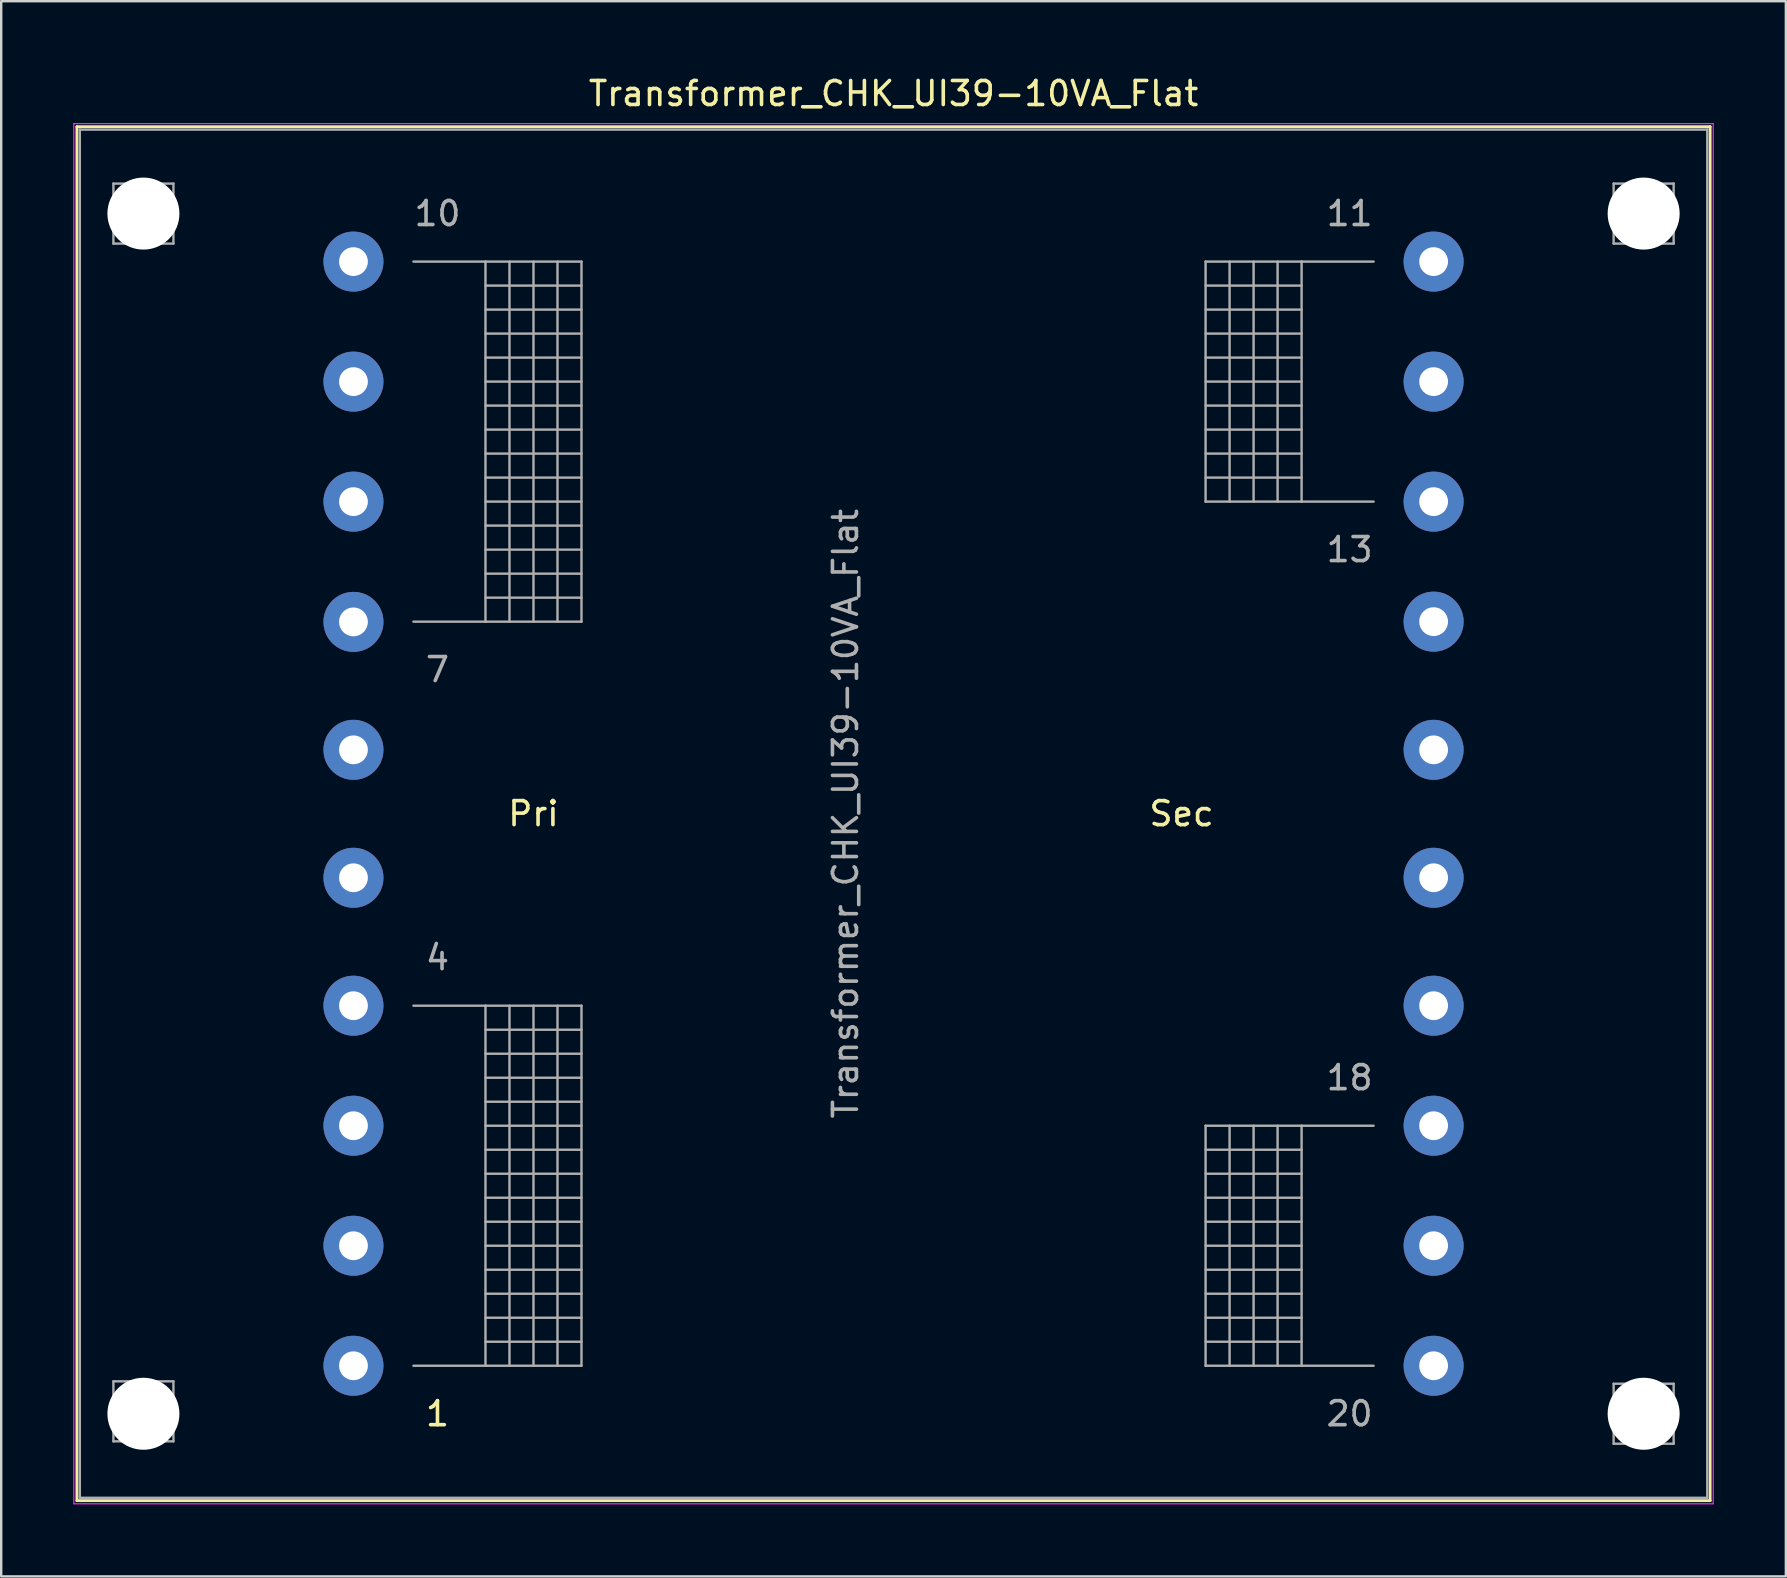
<source format=kicad_pcb>
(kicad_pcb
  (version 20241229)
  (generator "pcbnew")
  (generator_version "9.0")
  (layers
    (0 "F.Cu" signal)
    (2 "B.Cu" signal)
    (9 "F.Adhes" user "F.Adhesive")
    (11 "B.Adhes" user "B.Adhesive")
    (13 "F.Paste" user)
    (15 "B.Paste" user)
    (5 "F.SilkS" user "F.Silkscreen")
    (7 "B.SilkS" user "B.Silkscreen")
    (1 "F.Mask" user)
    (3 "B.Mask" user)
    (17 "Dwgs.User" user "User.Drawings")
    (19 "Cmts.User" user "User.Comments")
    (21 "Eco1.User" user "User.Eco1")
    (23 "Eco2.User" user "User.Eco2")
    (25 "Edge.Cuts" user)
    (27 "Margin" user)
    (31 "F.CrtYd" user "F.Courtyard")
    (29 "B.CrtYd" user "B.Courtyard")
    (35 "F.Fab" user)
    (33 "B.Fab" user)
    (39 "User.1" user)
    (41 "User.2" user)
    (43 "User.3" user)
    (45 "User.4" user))
  (footprint "Transformer_CHK_UI39-10VA_Flat"
    (layer "F.Cu")
    (at 11.675 53.848)
    (property "Reference" "Transformer_CHK_UI39-10VA_Flat" (at 22.5 -53 0) (layer "F.SilkS") (effects (font (size 1 1) (thickness 0.15))))
    (attr through_hole)
    (fp_line (start -11.52 -51.62) (end -11.52 5.62) (stroke (width 0.12) (type solid)) (layer "F.SilkS"))
    (fp_line (start -11.52 -51.62) (end 56.52 -51.62) (stroke (width 0.12) (type solid)) (layer "F.SilkS"))
    (fp_line (start 56.52 5.62) (end -11.52 5.62) (stroke (width 0.12) (type solid)) (layer "F.SilkS"))
    (fp_line (start 56.52 5.62) (end 56.52 -51.62) (stroke (width 0.12) (type solid)) (layer "F.SilkS"))
    (fp_line (start -11.65 -51.75) (end -11.65 5.75) (stroke (width 0.05) (type solid)) (layer "F.CrtYd"))
    (fp_line (start -11.65 -51.75) (end 56.65 -51.75) (stroke (width 0.05) (type solid)) (layer "F.CrtYd"))
    (fp_line (start 56.65 5.75) (end -11.65 5.75) (stroke (width 0.05) (type solid)) (layer "F.CrtYd"))
    (fp_line (start 56.65 5.75) (end 56.65 -51.75) (stroke (width 0.05) (type solid)) (layer "F.CrtYd"))
    (fp_line (start -11.4 -51.5) (end -11.4 5.5) (stroke (width 0.1) (type solid)) (layer "F.Fab"))
    (fp_line (start -11.4 5.5) (end 56.4 5.5) (stroke (width 0.1) (type solid)) (layer "F.Fab"))
    (fp_line (start -10 -49.25) (end -10 -46.75) (stroke (width 0.1) (type solid)) (layer "F.Fab"))
    (fp_line (start -10 -46.75) (end -7.5 -46.75) (stroke (width 0.1) (type solid)) (layer "F.Fab"))
    (fp_line (start -10 0.65) (end -10 3.15) (stroke (width 0.1) (type solid)) (layer "F.Fab"))
    (fp_line (start -10 3.15) (end -7.5 3.15) (stroke (width 0.1) (type solid)) (layer "F.Fab"))
    (fp_line (start -8.75 -49.25) (end -10 -49.25) (stroke (width 0.1) (type solid)) (layer "F.Fab"))
    (fp_line (start -8.75 0.65) (end -10 0.65) (stroke (width 0.1) (type solid)) (layer "F.Fab"))
    (fp_line (start -7.5 -49.25) (end -8.75 -49.25) (stroke (width 0.1) (type solid)) (layer "F.Fab"))
    (fp_line (start -7.5 -46.75) (end -7.5 -49.25) (stroke (width 0.1) (type solid)) (layer "F.Fab"))
    (fp_line (start -7.5 0.65) (end -8.75 0.65) (stroke (width 0.1) (type solid)) (layer "F.Fab"))
    (fp_line (start -7.5 3.15) (end -7.5 0.65) (stroke (width 0.1) (type solid)) (layer "F.Fab"))
    (fp_line (start 2.5 -46) (end 5.5 -46) (stroke (width 0.1) (type solid)) (layer "F.Fab"))
    (fp_line (start 2.5 -15) (end 5.5 -15) (stroke (width 0.1) (type solid)) (layer "F.Fab"))
    (fp_line (start 5.5 -46) (end 5.5 -31) (stroke (width 0.1) (type solid)) (layer "F.Fab"))
    (fp_line (start 5.5 -46) (end 9.5 -46) (stroke (width 0.1) (type solid)) (layer "F.Fab"))
    (fp_line (start 5.5 -45) (end 9.5 -45) (stroke (width 0.1) (type solid)) (layer "F.Fab"))
    (fp_line (start 5.5 -44) (end 9.5 -44) (stroke (width 0.1) (type solid)) (layer "F.Fab"))
    (fp_line (start 5.5 -43) (end 9.5 -43) (stroke (width 0.1) (type solid)) (layer "F.Fab"))
    (fp_line (start 5.5 -42) (end 9.5 -42) (stroke (width 0.1) (type solid)) (layer "F.Fab"))
    (fp_line (start 5.5 -41) (end 9.5 -41) (stroke (width 0.1) (type solid)) (layer "F.Fab"))
    (fp_line (start 5.5 -40) (end 9.5 -40) (stroke (width 0.1) (type solid)) (layer "F.Fab"))
    (fp_line (start 5.5 -39) (end 9.5 -39) (stroke (width 0.1) (type solid)) (layer "F.Fab"))
    (fp_line (start 5.5 -38) (end 9.5 -38) (stroke (width 0.1) (type solid)) (layer "F.Fab"))
    (fp_line (start 5.5 -37) (end 9.5 -37) (stroke (width 0.1) (type solid)) (layer "F.Fab"))
    (fp_line (start 5.5 -36) (end 9.5 -36) (stroke (width 0.1) (type solid)) (layer "F.Fab"))
    (fp_line (start 5.5 -35) (end 9.5 -35) (stroke (width 0.1) (type solid)) (layer "F.Fab"))
    (fp_line (start 5.5 -34) (end 9.5 -34) (stroke (width 0.1) (type solid)) (layer "F.Fab"))
    (fp_line (start 5.5 -33) (end 9.5 -33) (stroke (width 0.1) (type solid)) (layer "F.Fab"))
    (fp_line (start 5.5 -32) (end 9.5 -32) (stroke (width 0.1) (type solid)) (layer "F.Fab"))
    (fp_line (start 5.5 -31) (end 2.5 -31) (stroke (width 0.1) (type solid)) (layer "F.Fab"))
    (fp_line (start 5.5 -15) (end 5.5 0) (stroke (width 0.1) (type solid)) (layer "F.Fab"))
    (fp_line (start 5.5 -15) (end 9.5 -15) (stroke (width 0.1) (type solid)) (layer "F.Fab"))
    (fp_line (start 5.5 -14) (end 9.5 -14) (stroke (width 0.1) (type solid)) (layer "F.Fab"))
    (fp_line (start 5.5 -13) (end 9.5 -13) (stroke (width 0.1) (type solid)) (layer "F.Fab"))
    (fp_line (start 5.5 -12) (end 9.5 -12) (stroke (width 0.1) (type solid)) (layer "F.Fab"))
    (fp_line (start 5.5 -11) (end 9.5 -11) (stroke (width 0.1) (type solid)) (layer "F.Fab"))
    (fp_line (start 5.5 -10) (end 9.5 -10) (stroke (width 0.1) (type solid)) (layer "F.Fab"))
    (fp_line (start 5.5 -9) (end 9.5 -9) (stroke (width 0.1) (type solid)) (layer "F.Fab"))
    (fp_line (start 5.5 -8) (end 9.5 -8) (stroke (width 0.1) (type solid)) (layer "F.Fab"))
    (fp_line (start 5.5 -7) (end 9.5 -7) (stroke (width 0.1) (type solid)) (layer "F.Fab"))
    (fp_line (start 5.5 -6) (end 9.5 -6) (stroke (width 0.1) (type solid)) (layer "F.Fab"))
    (fp_line (start 5.5 -5) (end 9.5 -5) (stroke (width 0.1) (type solid)) (layer "F.Fab"))
    (fp_line (start 5.5 -4) (end 9.5 -4) (stroke (width 0.1) (type solid)) (layer "F.Fab"))
    (fp_line (start 5.5 -3) (end 9.5 -3) (stroke (width 0.1) (type solid)) (layer "F.Fab"))
    (fp_line (start 5.5 -2) (end 9.5 -2) (stroke (width 0.1) (type solid)) (layer "F.Fab"))
    (fp_line (start 5.5 -1) (end 9.5 -1) (stroke (width 0.1) (type solid)) (layer "F.Fab"))
    (fp_line (start 5.5 0) (end 2.5 0) (stroke (width 0.1) (type solid)) (layer "F.Fab"))
    (fp_line (start 6.5 -46) (end 6.5 -31) (stroke (width 0.1) (type solid)) (layer "F.Fab"))
    (fp_line (start 6.5 -15) (end 6.5 0) (stroke (width 0.1) (type solid)) (layer "F.Fab"))
    (fp_line (start 7.5 -31) (end 7.5 -46) (stroke (width 0.1) (type solid)) (layer "F.Fab"))
    (fp_line (start 7.5 0) (end 7.5 -15) (stroke (width 0.1) (type solid)) (layer "F.Fab"))
    (fp_line (start 8.5 -46) (end 8.5 -31) (stroke (width 0.1) (type solid)) (layer "F.Fab"))
    (fp_line (start 8.5 -15) (end 8.5 0) (stroke (width 0.1) (type solid)) (layer "F.Fab"))
    (fp_line (start 9.5 -46) (end 9.5 -31) (stroke (width 0.1) (type solid)) (layer "F.Fab"))
    (fp_line (start 9.5 -31) (end 5.5 -31) (stroke (width 0.1) (type solid)) (layer "F.Fab"))
    (fp_line (start 9.5 -15) (end 9.5 0) (stroke (width 0.1) (type solid)) (layer "F.Fab"))
    (fp_line (start 9.5 0) (end 5.5 0) (stroke (width 0.1) (type solid)) (layer "F.Fab"))
    (fp_line (start 35.5 -46) (end 35.5 -36) (stroke (width 0.1) (type solid)) (layer "F.Fab"))
    (fp_line (start 35.5 -45) (end 39.5 -45) (stroke (width 0.1) (type solid)) (layer "F.Fab"))
    (fp_line (start 35.5 -44) (end 39.5 -44) (stroke (width 0.1) (type solid)) (layer "F.Fab"))
    (fp_line (start 35.5 -43) (end 39.5 -43) (stroke (width 0.1) (type solid)) (layer "F.Fab"))
    (fp_line (start 35.5 -42) (end 39.5 -42) (stroke (width 0.1) (type solid)) (layer "F.Fab"))
    (fp_line (start 35.5 -41) (end 39.5 -41) (stroke (width 0.1) (type solid)) (layer "F.Fab"))
    (fp_line (start 35.5 -40) (end 39.5 -40) (stroke (width 0.1) (type solid)) (layer "F.Fab"))
    (fp_line (start 35.5 -39) (end 39.5 -39) (stroke (width 0.1) (type solid)) (layer "F.Fab"))
    (fp_line (start 35.5 -38) (end 39.5 -38) (stroke (width 0.1) (type solid)) (layer "F.Fab"))
    (fp_line (start 35.5 -37) (end 39.5 -37) (stroke (width 0.1) (type solid)) (layer "F.Fab"))
    (fp_line (start 35.5 -36) (end 39.5 -36) (stroke (width 0.1) (type solid)) (layer "F.Fab"))
    (fp_line (start 35.5 -10) (end 35.5 0) (stroke (width 0.1) (type solid)) (layer "F.Fab"))
    (fp_line (start 35.5 -9) (end 39.5 -9) (stroke (width 0.1) (type solid)) (layer "F.Fab"))
    (fp_line (start 35.5 -8) (end 39.5 -8) (stroke (width 0.1) (type solid)) (layer "F.Fab"))
    (fp_line (start 35.5 -7) (end 39.5 -7) (stroke (width 0.1) (type solid)) (layer "F.Fab"))
    (fp_line (start 35.5 -6) (end 39.5 -6) (stroke (width 0.1) (type solid)) (layer "F.Fab"))
    (fp_line (start 35.5 -5) (end 39.5 -5) (stroke (width 0.1) (type solid)) (layer "F.Fab"))
    (fp_line (start 35.5 -4) (end 39.5 -4) (stroke (width 0.1) (type solid)) (layer "F.Fab"))
    (fp_line (start 35.5 -3) (end 39.5 -3) (stroke (width 0.1) (type solid)) (layer "F.Fab"))
    (fp_line (start 35.5 -2) (end 39.5 -2) (stroke (width 0.1) (type solid)) (layer "F.Fab"))
    (fp_line (start 35.5 -1) (end 39.5 -1) (stroke (width 0.1) (type solid)) (layer "F.Fab"))
    (fp_line (start 35.5 0) (end 39.5 0) (stroke (width 0.1) (type solid)) (layer "F.Fab"))
    (fp_line (start 36.5 -46) (end 36.5 -36) (stroke (width 0.1) (type solid)) (layer "F.Fab"))
    (fp_line (start 36.5 -10) (end 36.5 0) (stroke (width 0.1) (type solid)) (layer "F.Fab"))
    (fp_line (start 37.5 -36) (end 37.5 -46) (stroke (width 0.1) (type solid)) (layer "F.Fab"))
    (fp_line (start 37.5 0) (end 37.5 -10) (stroke (width 0.1) (type solid)) (layer "F.Fab"))
    (fp_line (start 38.5 -46) (end 38.5 -36) (stroke (width 0.1) (type solid)) (layer "F.Fab"))
    (fp_line (start 38.5 -10) (end 38.5 0) (stroke (width 0.1) (type solid)) (layer "F.Fab"))
    (fp_line (start 39.5 -46) (end 35.5 -46) (stroke (width 0.1) (type solid)) (layer "F.Fab"))
    (fp_line (start 39.5 -46) (end 39.5 -36) (stroke (width 0.1) (type solid)) (layer "F.Fab"))
    (fp_line (start 39.5 -36) (end 42.5 -36) (stroke (width 0.1) (type solid)) (layer "F.Fab"))
    (fp_line (start 39.5 -10) (end 35.5 -10) (stroke (width 0.1) (type solid)) (layer "F.Fab"))
    (fp_line (start 39.5 -10) (end 39.5 0) (stroke (width 0.1) (type solid)) (layer "F.Fab"))
    (fp_line (start 39.5 0) (end 42.5 0) (stroke (width 0.1) (type solid)) (layer "F.Fab"))
    (fp_line (start 42.5 -46) (end 39.5 -46) (stroke (width 0.1) (type solid)) (layer "F.Fab"))
    (fp_line (start 42.5 -10) (end 39.5 -10) (stroke (width 0.1) (type solid)) (layer "F.Fab"))
    (fp_line (start 52.5 -49.25) (end 52.5 -46.75) (stroke (width 0.1) (type solid)) (layer "F.Fab"))
    (fp_line (start 52.5 -46.75) (end 55 -46.75) (stroke (width 0.1) (type solid)) (layer "F.Fab"))
    (fp_line (start 52.5 0.75) (end 52.5 3.25) (stroke (width 0.1) (type solid)) (layer "F.Fab"))
    (fp_line (start 52.5 3.25) (end 55 3.25) (stroke (width 0.1) (type solid)) (layer "F.Fab"))
    (fp_line (start 53.75 -49.25) (end 52.5 -49.25) (stroke (width 0.1) (type solid)) (layer "F.Fab"))
    (fp_line (start 53.75 0.75) (end 52.5 0.75) (stroke (width 0.1) (type solid)) (layer "F.Fab"))
    (fp_line (start 55 -49.25) (end 53.75 -49.25) (stroke (width 0.1) (type solid)) (layer "F.Fab"))
    (fp_line (start 55 -46.75) (end 55 -49.25) (stroke (width 0.1) (type solid)) (layer "F.Fab"))
    (fp_line (start 55 0.75) (end 53.75 0.75) (stroke (width 0.1) (type solid)) (layer "F.Fab"))
    (fp_line (start 55 3.25) (end 55 0.75) (stroke (width 0.1) (type solid)) (layer "F.Fab"))
    (fp_line (start 56.4 -51.5) (end -11.4 -51.5) (stroke (width 0.1) (type solid)) (layer "F.Fab"))
    (fp_line (start 56.4 5.5) (end 56.4 -51.5) (stroke (width 0.1) (type solid)) (layer "F.Fab"))
    (fp_text user "Pri" (at 7.5 -23 0) (layer "F.SilkS") (effects (font (size 1 1) (thickness 0.15))))
    (fp_text user "1" (at 3.5 2 0) (layer "F.SilkS") (effects (font (size 1 1) (thickness 0.15))))
    (fp_text user "Sec" (at 34.5 -23 0) (layer "F.SilkS") (effects (font (size 1 1) (thickness 0.15))))
    (fp_text user "4" (at 3.5 -17 0) (layer "F.Fab") (effects (font (size 1 1) (thickness 0.15))))
    (fp_text user "${REFERENCE}" (at 20.5 -23 90) (layer "F.Fab") (effects (font (size 1 1) (thickness 0.15))))
    (fp_text user "18" (at 41.5 -12 0) (layer "F.Fab") (effects (font (size 1 1) (thickness 0.15))))
    (fp_text user "11" (at 41.5 -48 0) (layer "F.Fab") (effects (font (size 1 1) (thickness 0.15))))
    (fp_text user "20" (at 41.5 2 0) (layer "F.Fab") (effects (font (size 1 1) (thickness 0.15))))
    (fp_text user "7" (at 3.5 -29 0) (layer "F.Fab") (effects (font (size 1 1) (thickness 0.15))))
    (fp_text user "10" (at 3.5 -48 0) (layer "F.Fab") (effects (font (size 1 1) (thickness 0.15))))
    (fp_text user "13" (at 41.5 -34 0) (layer "F.Fab") (effects (font (size 1 1) (thickness 0.15))))
    (pad "" np_thru_hole circle (at -8.75 -48) (size 3 3) (drill 3) (layers "*.Cu" "*.Mask"))
    (pad "" np_thru_hole circle (at -8.75 2) (size 3 3) (drill 3) (layers "*.Cu" "*.Mask"))
    (pad "" np_thru_hole circle (at 53.75 -48) (size 3 3) (drill 3) (layers "*.Cu" "*.Mask"))
    (pad "" np_thru_hole circle (at 53.75 2) (size 3 3) (drill 3) (layers "*.Cu" "*.Mask"))
    (pad "1" thru_hole circle (at 0 0) (size 2.5 2.5) (drill 1.2) (layers "*.Cu" "*.Mask"))
    (pad "2" thru_hole circle (at 0 -5) (size 2.5 2.5) (drill 1.2) (layers "*.Cu" "*.Mask"))
    (pad "3" thru_hole circle (at 0 -10) (size 2.5 2.5) (drill 1.2) (layers "*.Cu" "*.Mask"))
    (pad "4" thru_hole circle (at 0 -15) (size 2.5 2.5) (drill 1.2) (layers "*.Cu" "*.Mask"))
    (pad "5" thru_hole circle (at 0 -20.33) (size 2.5 2.5) (drill 1.2) (layers "*.Cu" "*.Mask"))
    (pad "6" thru_hole circle (at 0 -25.66) (size 2.5 2.5) (drill 1.2) (layers "*.Cu" "*.Mask"))
    (pad "7" thru_hole circle (at 0 -30.99) (size 2.5 2.5) (drill 1.2) (layers "*.Cu" "*.Mask"))
    (pad "8" thru_hole circle (at 0 -36) (size 2.5 2.5) (drill 1.2) (layers "*.Cu" "*.Mask"))
    (pad "9" thru_hole circle (at 0 -41) (size 2.5 2.5) (drill 1.2) (layers "*.Cu" "*.Mask"))
    (pad "10" thru_hole circle (at 0 -46) (size 2.5 2.5) (drill 1.2) (layers "*.Cu" "*.Mask"))
    (pad "11" thru_hole circle (at 45 -46) (size 2.5 2.5) (drill 1.2) (layers "*.Cu" "*.Mask"))
    (pad "12" thru_hole circle (at 45 -41) (size 2.5 2.5) (drill 1.2) (layers "*.Cu" "*.Mask"))
    (pad "13" thru_hole circle (at 45 -36) (size 2.5 2.5) (drill 1.2) (layers "*.Cu" "*.Mask"))
    (pad "14" thru_hole circle (at 45 -31) (size 2.5 2.5) (drill 1.2) (layers "*.Cu" "*.Mask"))
    (pad "15" thru_hole circle (at 45 -25.66) (size 2.5 2.5) (drill 1.2) (layers "*.Cu" "*.Mask"))
    (pad "16" thru_hole circle (at 45 -20.33) (size 2.5 2.5) (drill 1.2) (layers "*.Cu" "*.Mask"))
    (pad "17" thru_hole circle (at 45 -15) (size 2.5 2.5) (drill 1.2) (layers "*.Cu" "*.Mask"))
    (pad "18" thru_hole circle (at 45 -10) (size 2.5 2.5) (drill 1.2) (layers "*.Cu" "*.Mask"))
    (pad "19" thru_hole circle (at 45 -5) (size 2.5 2.5) (drill 1.2) (layers "*.Cu" "*.Mask"))
    (pad "20" thru_hole circle (at 45 0) (size 2.5 2.5) (drill 1.2) (layers "*.Cu" "*.Mask")))
  (gr_rect
    (start -3 -3)
    (end 71.35 62.623)
    (stroke (width 0.1) (type default))
    (fill no)
    (layer "Edge.Cuts")))
</source>
